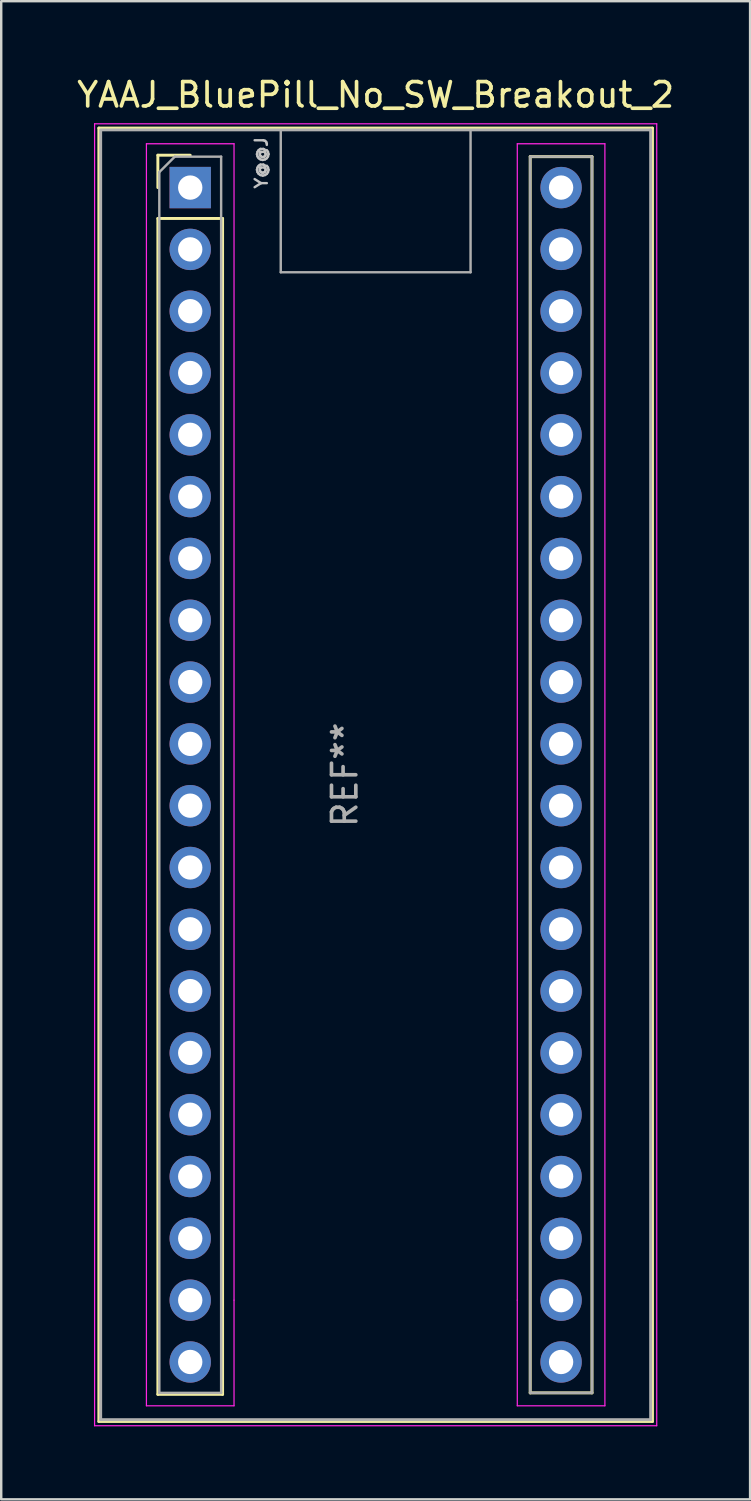
<source format=kicad_pcb>
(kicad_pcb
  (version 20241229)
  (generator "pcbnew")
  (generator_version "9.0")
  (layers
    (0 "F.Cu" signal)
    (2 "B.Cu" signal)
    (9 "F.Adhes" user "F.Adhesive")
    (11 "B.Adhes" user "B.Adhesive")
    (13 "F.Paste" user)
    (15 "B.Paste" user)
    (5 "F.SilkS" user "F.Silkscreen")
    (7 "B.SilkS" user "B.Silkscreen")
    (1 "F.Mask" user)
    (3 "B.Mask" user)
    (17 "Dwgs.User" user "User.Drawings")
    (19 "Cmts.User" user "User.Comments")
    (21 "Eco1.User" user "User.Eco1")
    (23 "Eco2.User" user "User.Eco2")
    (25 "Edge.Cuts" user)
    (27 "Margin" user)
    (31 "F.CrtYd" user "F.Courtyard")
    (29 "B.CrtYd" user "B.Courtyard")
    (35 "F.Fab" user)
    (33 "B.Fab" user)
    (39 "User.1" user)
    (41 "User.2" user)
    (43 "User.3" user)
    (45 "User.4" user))
  (footprint "YAAJ_BluePill_No_SW_Breakout_2"
    (layer "F.Cu")
    (at 4.767 4.658)
    (property "Reference" "YAAJ_BluePill_No_SW_Breakout_2" (at 7.62 -3.81 0) (layer "F.SilkS") (effects (font (size 1 1) (thickness 0.15))))
    (attr through_hole)
    (fp_line (start -3.755 -2.445) (end 18.995 -2.445) (stroke (width 0.12) (type solid)) (layer "F.SilkS"))
    (fp_line (start -3.755 50.705) (end -3.755 -2.445) (stroke (width 0.12) (type solid)) (layer "F.SilkS"))
    (fp_line (start -1.33 -1.33) (end 0 -1.33) (stroke (width 0.12) (type solid)) (layer "F.SilkS"))
    (fp_line (start -1.33 0) (end -1.33 -1.33) (stroke (width 0.12) (type solid)) (layer "F.SilkS"))
    (fp_line (start -1.33 1.27) (end 1.33 1.27) (stroke (width 0.12) (type solid)) (layer "F.SilkS"))
    (fp_line (start -1.33 49.59) (end -1.33 1.27) (stroke (width 0.12) (type solid)) (layer "F.SilkS"))
    (fp_line (start 1.33 1.27) (end 1.33 49.59) (stroke (width 0.12) (type solid)) (layer "F.SilkS"))
    (fp_line (start 1.33 49.59) (end -1.33 49.59) (stroke (width 0.12) (type solid)) (layer "F.SilkS"))
    (fp_line (start 13.97 -1.27) (end 16.51 -1.27) (stroke (width 0.12) (type solid)) (layer "F.SilkS"))
    (fp_line (start 13.97 49.53) (end 13.97 -1.27) (stroke (width 0.12) (type solid)) (layer "F.SilkS"))
    (fp_line (start 16.51 -1.27) (end 16.51 49.53) (stroke (width 0.12) (type solid)) (layer "F.SilkS"))
    (fp_line (start 16.51 49.53) (end 13.97 49.53) (stroke (width 0.12) (type solid)) (layer "F.SilkS"))
    (fp_line (start 18.995 -2.445) (end 18.995 50.705) (stroke (width 0.12) (type solid)) (layer "F.SilkS"))
    (fp_line (start 18.995 50.705) (end -3.755 50.705) (stroke (width 0.12) (type solid)) (layer "F.SilkS"))
    (fp_line (start -3.93 -2.62) (end 19.17 -2.62) (stroke (width 0.05) (type solid)) (layer "F.CrtYd"))
    (fp_line (start -3.93 50.88) (end -3.93 -2.62) (stroke (width 0.05) (type solid)) (layer "F.CrtYd"))
    (fp_line (start -1.8 -1.8) (end -1.8 50.06) (stroke (width 0.05) (type solid)) (layer "F.CrtYd"))
    (fp_line (start -1.8 50.06) (end 1.8 50.06) (stroke (width 0.05) (type solid)) (layer "F.CrtYd"))
    (fp_line (start 1.8 -1.8) (end -1.8 -1.8) (stroke (width 0.05) (type solid)) (layer "F.CrtYd"))
    (fp_line (start 1.8 -1.8) (end 1.8 45.72) (stroke (width 0.05) (type solid)) (layer "F.CrtYd"))
    (fp_line (start 1.8 45.72) (end 1.8 50.06) (stroke (width 0.05) (type solid)) (layer "F.CrtYd"))
    (fp_line (start 13.44 -1.8) (end 13.44 45.72) (stroke (width 0.05) (type solid)) (layer "F.CrtYd"))
    (fp_line (start 13.44 -1.8) (end 17.04 -1.8) (stroke (width 0.05) (type solid)) (layer "F.CrtYd"))
    (fp_line (start 13.44 45.72) (end 13.44 50.06) (stroke (width 0.05) (type solid)) (layer "F.CrtYd"))
    (fp_line (start 17.04 -1.8) (end 17.04 50.06) (stroke (width 0.05) (type solid)) (layer "F.CrtYd"))
    (fp_line (start 17.04 50.06) (end 13.44 50.06) (stroke (width 0.05) (type solid)) (layer "F.CrtYd"))
    (fp_line (start 19.17 -2.62) (end 19.17 50.88) (stroke (width 0.05) (type solid)) (layer "F.CrtYd"))
    (fp_line (start 19.17 50.88) (end -3.93 50.88) (stroke (width 0.05) (type solid)) (layer "F.CrtYd"))
    (fp_line (start -3.68 -2.37) (end 18.92 -2.37) (stroke (width 0.12) (type solid)) (layer "F.Fab"))
    (fp_line (start -3.68 50.63) (end -3.68 -2.32) (stroke (width 0.12) (type solid)) (layer "F.Fab"))
    (fp_line (start -3.68 50.63) (end 18.92 50.63) (stroke (width 0.12) (type solid)) (layer "F.Fab"))
    (fp_line (start -1.27 -0.635) (end -0.635 -1.27) (stroke (width 0.1) (type solid)) (layer "F.Fab"))
    (fp_line (start -1.27 49.53) (end -1.27 -0.635) (stroke (width 0.1) (type solid)) (layer "F.Fab"))
    (fp_line (start -0.635 -1.27) (end 1.27 -1.27) (stroke (width 0.1) (type solid)) (layer "F.Fab"))
    (fp_line (start 1.27 -1.27) (end 1.27 49.53) (stroke (width 0.1) (type solid)) (layer "F.Fab"))
    (fp_line (start 1.27 49.53) (end -1.27 49.53) (stroke (width 0.1) (type solid)) (layer "F.Fab"))
    (fp_line (start 3.72 3.48) (end 3.72 -2.32) (stroke (width 0.1) (type solid)) (layer "F.Fab"))
    (fp_line (start 3.72 3.48) (end 11.52 3.48) (stroke (width 0.1) (type solid)) (layer "F.Fab"))
    (fp_line (start 11.52 3.48) (end 11.52 -2.32) (stroke (width 0.1) (type solid)) (layer "F.Fab"))
    (fp_line (start 13.97 -1.27) (end 16.51 -1.27) (stroke (width 0.1) (type solid)) (layer "F.Fab"))
    (fp_line (start 13.97 49.53) (end 13.97 -1.27) (stroke (width 0.1) (type solid)) (layer "F.Fab"))
    (fp_line (start 16.51 -1.27) (end 16.51 49.53) (stroke (width 0.1) (type solid)) (layer "F.Fab"))
    (fp_line (start 16.51 49.53) (end 13.97 49.53) (stroke (width 0.1) (type solid)) (layer "F.Fab"))
    (fp_line (start 18.92 -2.37) (end 18.92 50.63) (stroke (width 0.12) (type solid)) (layer "F.Fab"))
    (fp_text user "Y@@J" (at 2.921 -1.016 90) (unlocked yes) (layer "Dwgs.User") (effects (font (size 0.5 0.5) (thickness 0.1))))
    (fp_text user "REF**" (at 6.35 24.13 90) (layer "F.Fab") (effects (font (size 1 1) (thickness 0.15))))
    (pad "1" thru_hole rect (at 0 0) (size 1.7 1.7) (drill 1) (layers "*.Cu" "*.Mask"))
    (pad "2" thru_hole circle (at 0 2.54) (size 1.7 1.7) (drill 1) (layers "*.Cu" "*.Mask"))
    (pad "3" thru_hole circle (at 0 5.08) (size 1.7 1.7) (drill 1) (layers "*.Cu" "*.Mask"))
    (pad "4" thru_hole circle (at 0 7.62) (size 1.7 1.7) (drill 1) (layers "*.Cu" "*.Mask"))
    (pad "5" thru_hole circle (at 0 10.16) (size 1.7 1.7) (drill 1) (layers "*.Cu" "*.Mask"))
    (pad "6" thru_hole circle (at 0 12.7) (size 1.7 1.7) (drill 1) (layers "*.Cu" "*.Mask"))
    (pad "7" thru_hole circle (at 0 15.24) (size 1.7 1.7) (drill 1) (layers "*.Cu" "*.Mask"))
    (pad "8" thru_hole circle (at 0 17.78) (size 1.7 1.7) (drill 1) (layers "*.Cu" "*.Mask"))
    (pad "9" thru_hole circle (at 0 20.32) (size 1.7 1.7) (drill 1) (layers "*.Cu" "*.Mask"))
    (pad "10" thru_hole circle (at 0 22.86) (size 1.7 1.7) (drill 1) (layers "*.Cu" "*.Mask"))
    (pad "11" thru_hole circle (at 0 25.4) (size 1.7 1.7) (drill 1) (layers "*.Cu" "*.Mask"))
    (pad "12" thru_hole circle (at 0 27.94) (size 1.7 1.7) (drill 1) (layers "*.Cu" "*.Mask"))
    (pad "13" thru_hole circle (at 0 30.48) (size 1.7 1.7) (drill 1) (layers "*.Cu" "*.Mask"))
    (pad "14" thru_hole circle (at 0 33.02) (size 1.7 1.7) (drill 1) (layers "*.Cu" "*.Mask"))
    (pad "15" thru_hole circle (at 0 35.56) (size 1.7 1.7) (drill 1) (layers "*.Cu" "*.Mask"))
    (pad "16" thru_hole circle (at 0 38.1) (size 1.7 1.7) (drill 1) (layers "*.Cu" "*.Mask"))
    (pad "17" thru_hole circle (at 0 40.64) (size 1.7 1.7) (drill 1) (layers "*.Cu" "*.Mask"))
    (pad "18" thru_hole circle (at 0 43.18) (size 1.7 1.7) (drill 1) (layers "*.Cu" "*.Mask"))
    (pad "19" thru_hole circle (at 0 45.72) (size 1.7 1.7) (drill 1) (layers "*.Cu" "*.Mask"))
    (pad "20" thru_hole circle (at 0 48.26) (size 1.7 1.7) (drill 1) (layers "*.Cu" "*.Mask"))
    (pad "21" thru_hole circle (at 15.24 48.26) (size 1.7 1.7) (drill 1) (layers "*.Cu" "*.Mask"))
    (pad "22" thru_hole circle (at 15.24 45.72) (size 1.7 1.7) (drill 1) (layers "*.Cu" "*.Mask"))
    (pad "23" thru_hole circle (at 15.24 43.18) (size 1.7 1.7) (drill 1) (layers "*.Cu" "*.Mask"))
    (pad "24" thru_hole circle (at 15.24 40.64) (size 1.7 1.7) (drill 1) (layers "*.Cu" "*.Mask"))
    (pad "25" thru_hole circle (at 15.24 38.1) (size 1.7 1.7) (drill 1) (layers "*.Cu" "*.Mask"))
    (pad "26" thru_hole circle (at 15.24 35.56) (size 1.7 1.7) (drill 1) (layers "*.Cu" "*.Mask"))
    (pad "27" thru_hole circle (at 15.24 33.02) (size 1.7 1.7) (drill 1) (layers "*.Cu" "*.Mask"))
    (pad "28" thru_hole circle (at 15.24 30.48) (size 1.7 1.7) (drill 1) (layers "*.Cu" "*.Mask"))
    (pad "29" thru_hole circle (at 15.24 27.94) (size 1.7 1.7) (drill 1) (layers "*.Cu" "*.Mask"))
    (pad "30" thru_hole circle (at 15.24 25.4) (size 1.7 1.7) (drill 1) (layers "*.Cu" "*.Mask"))
    (pad "31" thru_hole circle (at 15.24 22.86) (size 1.7 1.7) (drill 1) (layers "*.Cu" "*.Mask"))
    (pad "32" thru_hole circle (at 15.24 20.32) (size 1.7 1.7) (drill 1) (layers "*.Cu" "*.Mask"))
    (pad "33" thru_hole circle (at 15.24 17.78) (size 1.7 1.7) (drill 1) (layers "*.Cu" "*.Mask"))
    (pad "34" thru_hole circle (at 15.24 15.24) (size 1.7 1.7) (drill 1) (layers "*.Cu" "*.Mask"))
    (pad "35" thru_hole circle (at 15.24 12.7) (size 1.7 1.7) (drill 1) (layers "*.Cu" "*.Mask"))
    (pad "36" thru_hole circle (at 15.24 10.16) (size 1.7 1.7) (drill 1) (layers "*.Cu" "*.Mask"))
    (pad "37" thru_hole circle (at 15.24 7.62) (size 1.7 1.7) (drill 1) (layers "*.Cu" "*.Mask"))
    (pad "38" thru_hole circle (at 15.24 5.08) (size 1.7 1.7) (drill 1) (layers "*.Cu" "*.Mask"))
    (pad "39" thru_hole circle (at 15.24 2.54) (size 1.7 1.7) (drill 1) (layers "*.Cu" "*.Mask"))
    (pad "40" thru_hole circle (at 15.24 0) (size 1.7 1.7) (drill 1) (layers "*.Cu" "*.Mask")))
  (gr_rect
    (start -3 -3)
    (end 27.774 58.563)
    (stroke (width 0.1) (type default))
    (fill no)
    (layer "Edge.Cuts")))
</source>
